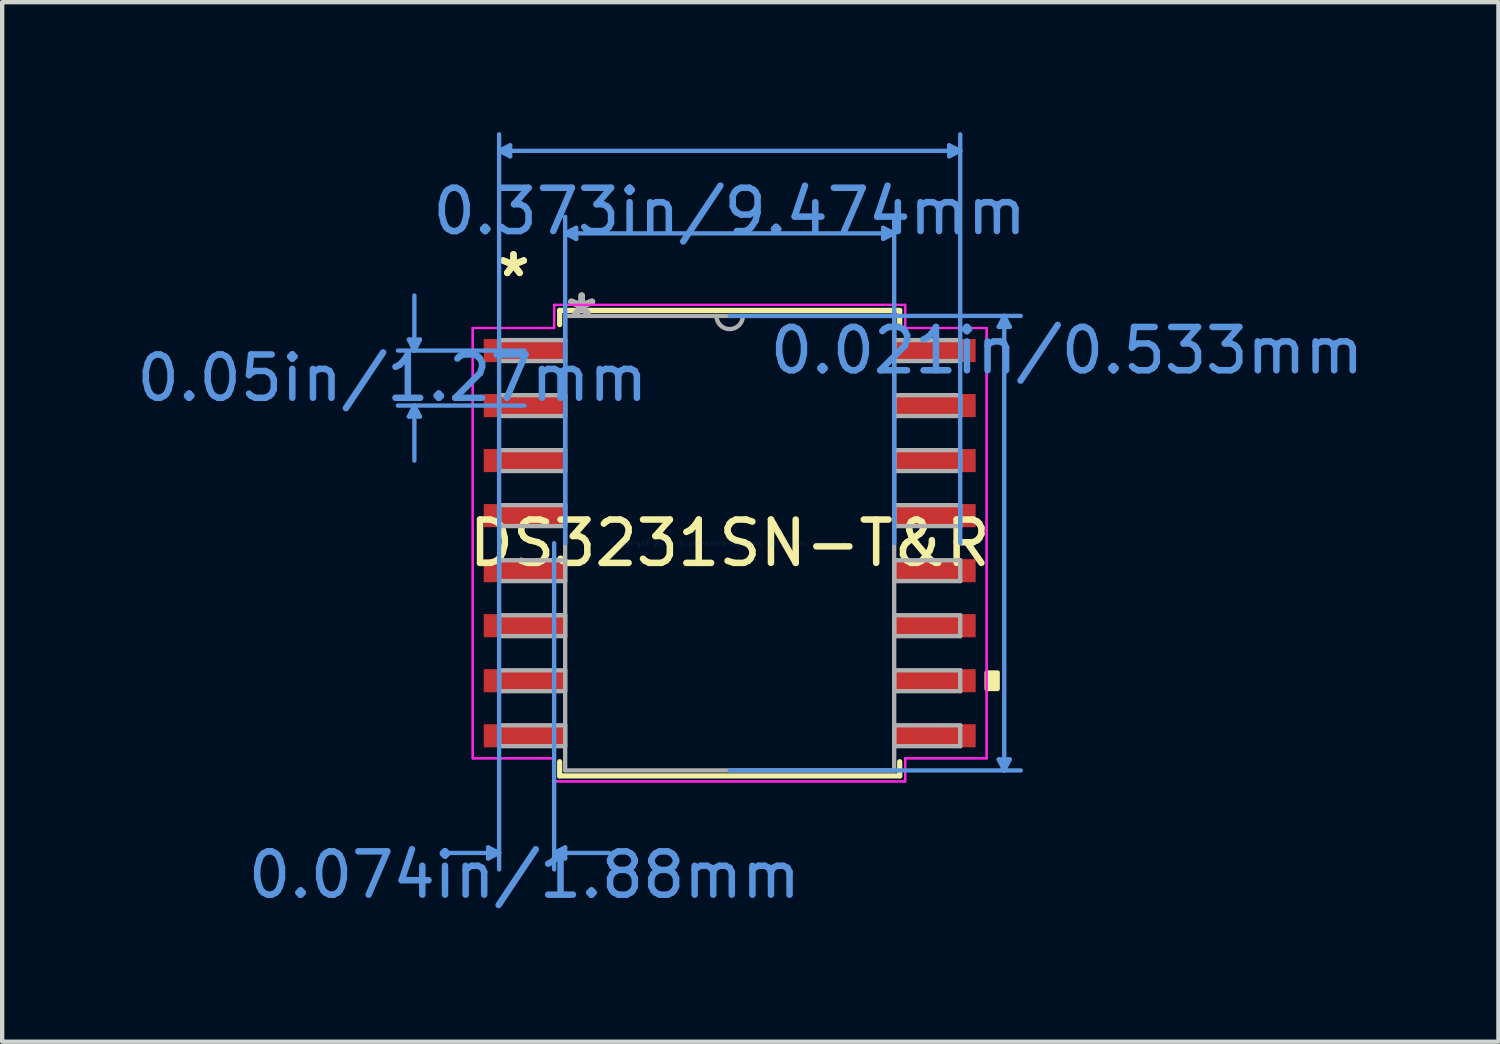
<source format=kicad_pcb>
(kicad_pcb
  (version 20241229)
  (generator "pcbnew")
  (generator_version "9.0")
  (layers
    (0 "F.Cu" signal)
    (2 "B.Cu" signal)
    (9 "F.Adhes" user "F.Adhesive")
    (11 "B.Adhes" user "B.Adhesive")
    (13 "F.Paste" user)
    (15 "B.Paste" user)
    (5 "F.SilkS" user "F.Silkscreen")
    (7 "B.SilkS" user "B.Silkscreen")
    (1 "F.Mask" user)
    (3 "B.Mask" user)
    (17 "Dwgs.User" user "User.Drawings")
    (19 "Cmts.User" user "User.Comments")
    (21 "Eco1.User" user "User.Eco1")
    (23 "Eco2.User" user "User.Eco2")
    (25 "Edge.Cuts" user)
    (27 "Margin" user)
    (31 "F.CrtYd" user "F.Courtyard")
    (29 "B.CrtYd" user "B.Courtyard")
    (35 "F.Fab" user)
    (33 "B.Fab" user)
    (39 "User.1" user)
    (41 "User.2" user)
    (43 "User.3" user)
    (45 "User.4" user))
  (footprint "DS3231SN-T&R"
    (layer "F.Cu")
    (at 13.791 9.486)
    (property "Reference" "DS3231SN-T&R" (at 0 0 0) (layer "F.SilkS") (effects (font (size 1 1) (thickness 0.15))))
    (attr through_hole)
    (fp_line (start -3.924 -5.372) (end -3.924 -5.044) (stroke (width 0.12) (type solid)) (layer "F.SilkS"))
    (fp_line (start -3.924 5.044) (end -3.924 5.372) (stroke (width 0.12) (type solid)) (layer "F.SilkS"))
    (fp_line (start -3.924 5.372) (end 3.924 5.372) (stroke (width 0.12) (type solid)) (layer "F.SilkS"))
    (fp_line (start 3.924 -5.372) (end -3.924 -5.372) (stroke (width 0.12) (type solid)) (layer "F.SilkS"))
    (fp_line (start 3.924 -5.044) (end 3.924 -5.372) (stroke (width 0.12) (type solid)) (layer "F.SilkS"))
    (fp_line (start 3.924 5.372) (end 3.924 5.044) (stroke (width 0.12) (type solid)) (layer "F.SilkS"))
    (fp_poly (pts (xy 6.185 2.985) (xy 6.185 3.365) (xy 5.931 3.365) (xy 5.931 2.985)) (stroke (width 0.1) (type solid)) (fill yes) (layer "F.SilkS"))
    (fp_line (start -7.404 -4.699) (end -7.15 -4.699) (stroke (width 0.1) (type solid)) (layer "Cmts.User"))
    (fp_line (start -7.404 -2.921) (end -7.15 -2.921) (stroke (width 0.1) (type solid)) (layer "Cmts.User"))
    (fp_line (start -7.277 -4.445) (end -7.404 -4.699) (stroke (width 0.1) (type solid)) (layer "Cmts.User"))
    (fp_line (start -7.277 -4.445) (end -7.277 -5.715) (stroke (width 0.1) (type solid)) (layer "Cmts.User"))
    (fp_line (start -7.277 -4.445) (end -7.15 -4.699) (stroke (width 0.1) (type solid)) (layer "Cmts.User"))
    (fp_line (start -7.277 -3.175) (end -7.404 -2.921) (stroke (width 0.1) (type solid)) (layer "Cmts.User"))
    (fp_line (start -7.277 -3.175) (end -7.277 -1.905) (stroke (width 0.1) (type solid)) (layer "Cmts.User"))
    (fp_line (start -7.277 -3.175) (end -7.15 -2.921) (stroke (width 0.1) (type solid)) (layer "Cmts.User"))
    (fp_line (start -5.575 7.023) (end -5.575 7.277) (stroke (width 0.1) (type solid)) (layer "Cmts.User"))
    (fp_line (start -5.321 -9.055) (end -5.067 -9.182) (stroke (width 0.1) (type solid)) (layer "Cmts.User"))
    (fp_line (start -5.321 -9.055) (end -5.067 -8.928) (stroke (width 0.1) (type solid)) (layer "Cmts.User"))
    (fp_line (start -5.321 -9.055) (end 5.321 -9.055) (stroke (width 0.1) (type solid)) (layer "Cmts.User"))
    (fp_line (start -5.321 0) (end -5.321 -9.436) (stroke (width 0.1) (type solid)) (layer "Cmts.User"))
    (fp_line (start -5.321 0) (end -5.321 7.531) (stroke (width 0.1) (type solid)) (layer "Cmts.User"))
    (fp_line (start -5.321 7.15) (end -6.591 7.15) (stroke (width 0.1) (type solid)) (layer "Cmts.User"))
    (fp_line (start -5.321 7.15) (end -5.575 7.023) (stroke (width 0.1) (type solid)) (layer "Cmts.User"))
    (fp_line (start -5.321 7.15) (end -5.575 7.277) (stroke (width 0.1) (type solid)) (layer "Cmts.User"))
    (fp_line (start -5.067 -9.182) (end -5.067 -8.928) (stroke (width 0.1) (type solid)) (layer "Cmts.User"))
    (fp_line (start -4.737 -4.445) (end -7.658 -4.445) (stroke (width 0.1) (type solid)) (layer "Cmts.User"))
    (fp_line (start -4.737 -3.175) (end -7.658 -3.175) (stroke (width 0.1) (type solid)) (layer "Cmts.User"))
    (fp_line (start -4.051 0) (end -4.051 7.531) (stroke (width 0.1) (type solid)) (layer "Cmts.User"))
    (fp_line (start -4.051 7.15) (end -3.797 7.023) (stroke (width 0.1) (type solid)) (layer "Cmts.User"))
    (fp_line (start -4.051 7.15) (end -3.797 7.277) (stroke (width 0.1) (type solid)) (layer "Cmts.User"))
    (fp_line (start -4.051 7.15) (end -2.781 7.15) (stroke (width 0.1) (type solid)) (layer "Cmts.User"))
    (fp_line (start -3.797 -7.15) (end -3.543 -7.277) (stroke (width 0.1) (type solid)) (layer "Cmts.User"))
    (fp_line (start -3.797 -7.15) (end -3.543 -7.023) (stroke (width 0.1) (type solid)) (layer "Cmts.User"))
    (fp_line (start -3.797 -7.15) (end 3.797 -7.15) (stroke (width 0.1) (type solid)) (layer "Cmts.User"))
    (fp_line (start -3.797 0) (end -3.797 -7.531) (stroke (width 0.1) (type solid)) (layer "Cmts.User"))
    (fp_line (start -3.797 7.023) (end -3.797 7.277) (stroke (width 0.1) (type solid)) (layer "Cmts.User"))
    (fp_line (start -3.543 -7.277) (end -3.543 -7.023) (stroke (width 0.1) (type solid)) (layer "Cmts.User"))
    (fp_line (start 0 -5.245) (end 6.718 -5.245) (stroke (width 0.1) (type solid)) (layer "Cmts.User"))
    (fp_line (start 0 5.245) (end 6.718 5.245) (stroke (width 0.1) (type solid)) (layer "Cmts.User"))
    (fp_line (start 3.543 -7.277) (end 3.543 -7.023) (stroke (width 0.1) (type solid)) (layer "Cmts.User"))
    (fp_line (start 3.797 -7.15) (end 3.543 -7.277) (stroke (width 0.1) (type solid)) (layer "Cmts.User"))
    (fp_line (start 3.797 -7.15) (end 3.543 -7.023) (stroke (width 0.1) (type solid)) (layer "Cmts.User"))
    (fp_line (start 3.797 0) (end 3.797 -7.531) (stroke (width 0.1) (type solid)) (layer "Cmts.User"))
    (fp_line (start 5.067 -9.182) (end 5.067 -8.928) (stroke (width 0.1) (type solid)) (layer "Cmts.User"))
    (fp_line (start 5.321 -9.055) (end 5.067 -9.182) (stroke (width 0.1) (type solid)) (layer "Cmts.User"))
    (fp_line (start 5.321 -9.055) (end 5.067 -8.928) (stroke (width 0.1) (type solid)) (layer "Cmts.User"))
    (fp_line (start 5.321 0) (end 5.321 -9.436) (stroke (width 0.1) (type solid)) (layer "Cmts.User"))
    (fp_line (start 6.21 -4.991) (end 6.464 -4.991) (stroke (width 0.1) (type solid)) (layer "Cmts.User"))
    (fp_line (start 6.21 4.991) (end 6.464 4.991) (stroke (width 0.1) (type solid)) (layer "Cmts.User"))
    (fp_line (start 6.337 -5.245) (end 6.21 -4.991) (stroke (width 0.1) (type solid)) (layer "Cmts.User"))
    (fp_line (start 6.337 -5.245) (end 6.337 5.245) (stroke (width 0.1) (type solid)) (layer "Cmts.User"))
    (fp_line (start 6.337 -5.245) (end 6.464 -4.991) (stroke (width 0.1) (type solid)) (layer "Cmts.User"))
    (fp_line (start 6.337 5.245) (end 6.21 4.991) (stroke (width 0.1) (type solid)) (layer "Cmts.User"))
    (fp_line (start 6.337 5.245) (end 6.464 4.991) (stroke (width 0.1) (type solid)) (layer "Cmts.User"))
    (fp_line (start -5.931 -4.966) (end -4.051 -4.966) (stroke (width 0.05) (type solid)) (layer "F.CrtYd"))
    (fp_line (start -5.931 -4.966) (end -4.051 -4.966) (stroke (width 0.05) (type solid)) (layer "F.CrtYd"))
    (fp_line (start -5.931 4.966) (end -5.931 -4.966) (stroke (width 0.05) (type solid)) (layer "F.CrtYd"))
    (fp_line (start -5.931 4.966) (end -5.931 -4.966) (stroke (width 0.05) (type solid)) (layer "F.CrtYd"))
    (fp_line (start -5.931 4.966) (end -4.051 4.966) (stroke (width 0.05) (type solid)) (layer "F.CrtYd"))
    (fp_line (start -4.051 -5.499) (end 4.051 -5.499) (stroke (width 0.05) (type solid)) (layer "F.CrtYd"))
    (fp_line (start -4.051 -5.499) (end 4.051 -5.499) (stroke (width 0.05) (type solid)) (layer "F.CrtYd"))
    (fp_line (start -4.051 -4.966) (end -4.051 -5.499) (stroke (width 0.05) (type solid)) (layer "F.CrtYd"))
    (fp_line (start -4.051 -4.966) (end -4.051 -5.499) (stroke (width 0.05) (type solid)) (layer "F.CrtYd"))
    (fp_line (start -4.051 4.966) (end -5.931 4.966) (stroke (width 0.05) (type solid)) (layer "F.CrtYd"))
    (fp_line (start -4.051 5.499) (end -4.051 4.966) (stroke (width 0.05) (type solid)) (layer "F.CrtYd"))
    (fp_line (start -4.051 5.499) (end -4.051 4.966) (stroke (width 0.05) (type solid)) (layer "F.CrtYd"))
    (fp_line (start 4.051 -5.499) (end 4.051 -4.966) (stroke (width 0.05) (type solid)) (layer "F.CrtYd"))
    (fp_line (start 4.051 -5.499) (end 4.051 -4.966) (stroke (width 0.05) (type solid)) (layer "F.CrtYd"))
    (fp_line (start 4.051 -4.966) (end 5.931 -4.966) (stroke (width 0.05) (type solid)) (layer "F.CrtYd"))
    (fp_line (start 4.051 4.966) (end 4.051 5.499) (stroke (width 0.05) (type solid)) (layer "F.CrtYd"))
    (fp_line (start 4.051 4.966) (end 4.051 5.499) (stroke (width 0.05) (type solid)) (layer "F.CrtYd"))
    (fp_line (start 4.051 5.499) (end -4.051 5.499) (stroke (width 0.05) (type solid)) (layer "F.CrtYd"))
    (fp_line (start 4.051 5.499) (end -4.051 5.499) (stroke (width 0.05) (type solid)) (layer "F.CrtYd"))
    (fp_line (start 5.931 -4.966) (end 4.051 -4.966) (stroke (width 0.05) (type solid)) (layer "F.CrtYd"))
    (fp_line (start 5.931 -4.966) (end 5.931 4.966) (stroke (width 0.05) (type solid)) (layer "F.CrtYd"))
    (fp_line (start 5.931 -4.966) (end 5.931 4.966) (stroke (width 0.05) (type solid)) (layer "F.CrtYd"))
    (fp_line (start 5.931 4.966) (end 4.051 4.966) (stroke (width 0.05) (type solid)) (layer "F.CrtYd"))
    (fp_line (start 5.931 4.966) (end 4.051 4.966) (stroke (width 0.05) (type solid)) (layer "F.CrtYd"))
    (fp_line (start -5.321 -4.686) (end -5.321 -4.204) (stroke (width 0.1) (type solid)) (layer "F.Fab"))
    (fp_line (start -5.321 -4.204) (end -3.797 -4.204) (stroke (width 0.1) (type solid)) (layer "F.Fab"))
    (fp_line (start -5.321 -3.416) (end -5.321 -2.934) (stroke (width 0.1) (type solid)) (layer "F.Fab"))
    (fp_line (start -5.321 -2.934) (end -3.797 -2.934) (stroke (width 0.1) (type solid)) (layer "F.Fab"))
    (fp_line (start -5.321 -2.146) (end -5.321 -1.664) (stroke (width 0.1) (type solid)) (layer "F.Fab"))
    (fp_line (start -5.321 -1.664) (end -3.797 -1.664) (stroke (width 0.1) (type solid)) (layer "F.Fab"))
    (fp_line (start -5.321 -0.876) (end -5.321 -0.394) (stroke (width 0.1) (type solid)) (layer "F.Fab"))
    (fp_line (start -5.321 -0.394) (end -3.797 -0.394) (stroke (width 0.1) (type solid)) (layer "F.Fab"))
    (fp_line (start -5.321 0.394) (end -5.321 0.876) (stroke (width 0.1) (type solid)) (layer "F.Fab"))
    (fp_line (start -5.321 0.876) (end -3.797 0.876) (stroke (width 0.1) (type solid)) (layer "F.Fab"))
    (fp_line (start -5.321 1.664) (end -5.321 2.146) (stroke (width 0.1) (type solid)) (layer "F.Fab"))
    (fp_line (start -5.321 2.146) (end -3.797 2.146) (stroke (width 0.1) (type solid)) (layer "F.Fab"))
    (fp_line (start -5.321 2.934) (end -5.321 3.416) (stroke (width 0.1) (type solid)) (layer "F.Fab"))
    (fp_line (start -5.321 3.416) (end -3.797 3.416) (stroke (width 0.1) (type solid)) (layer "F.Fab"))
    (fp_line (start -5.321 4.204) (end -5.321 4.686) (stroke (width 0.1) (type solid)) (layer "F.Fab"))
    (fp_line (start -5.321 4.686) (end -3.797 4.686) (stroke (width 0.1) (type solid)) (layer "F.Fab"))
    (fp_line (start -3.797 -5.245) (end -3.797 5.245) (stroke (width 0.1) (type solid)) (layer "F.Fab"))
    (fp_line (start -3.797 -4.686) (end -5.321 -4.686) (stroke (width 0.1) (type solid)) (layer "F.Fab"))
    (fp_line (start -3.797 -4.204) (end -3.797 -4.686) (stroke (width 0.1) (type solid)) (layer "F.Fab"))
    (fp_line (start -3.797 -3.416) (end -5.321 -3.416) (stroke (width 0.1) (type solid)) (layer "F.Fab"))
    (fp_line (start -3.797 -2.934) (end -3.797 -3.416) (stroke (width 0.1) (type solid)) (layer "F.Fab"))
    (fp_line (start -3.797 -2.146) (end -5.321 -2.146) (stroke (width 0.1) (type solid)) (layer "F.Fab"))
    (fp_line (start -3.797 -1.664) (end -3.797 -2.146) (stroke (width 0.1) (type solid)) (layer "F.Fab"))
    (fp_line (start -3.797 -0.876) (end -5.321 -0.876) (stroke (width 0.1) (type solid)) (layer "F.Fab"))
    (fp_line (start -3.797 -0.394) (end -3.797 -0.876) (stroke (width 0.1) (type solid)) (layer "F.Fab"))
    (fp_line (start -3.797 0.394) (end -5.321 0.394) (stroke (width 0.1) (type solid)) (layer "F.Fab"))
    (fp_line (start -3.797 0.876) (end -3.797 0.394) (stroke (width 0.1) (type solid)) (layer "F.Fab"))
    (fp_line (start -3.797 1.664) (end -5.321 1.664) (stroke (width 0.1) (type solid)) (layer "F.Fab"))
    (fp_line (start -3.797 2.146) (end -3.797 1.664) (stroke (width 0.1) (type solid)) (layer "F.Fab"))
    (fp_line (start -3.797 2.934) (end -5.321 2.934) (stroke (width 0.1) (type solid)) (layer "F.Fab"))
    (fp_line (start -3.797 3.416) (end -3.797 2.934) (stroke (width 0.1) (type solid)) (layer "F.Fab"))
    (fp_line (start -3.797 4.204) (end -5.321 4.204) (stroke (width 0.1) (type solid)) (layer "F.Fab"))
    (fp_line (start -3.797 4.686) (end -3.797 4.204) (stroke (width 0.1) (type solid)) (layer "F.Fab"))
    (fp_line (start -3.797 5.245) (end 3.797 5.245) (stroke (width 0.1) (type solid)) (layer "F.Fab"))
    (fp_line (start 3.797 -5.245) (end -3.797 -5.245) (stroke (width 0.1) (type solid)) (layer "F.Fab"))
    (fp_line (start 3.797 -4.686) (end 3.797 -4.204) (stroke (width 0.1) (type solid)) (layer "F.Fab"))
    (fp_line (start 3.797 -4.204) (end 5.321 -4.204) (stroke (width 0.1) (type solid)) (layer "F.Fab"))
    (fp_line (start 3.797 -3.416) (end 3.797 -2.934) (stroke (width 0.1) (type solid)) (layer "F.Fab"))
    (fp_line (start 3.797 -2.934) (end 5.321 -2.934) (stroke (width 0.1) (type solid)) (layer "F.Fab"))
    (fp_line (start 3.797 -2.146) (end 3.797 -1.664) (stroke (width 0.1) (type solid)) (layer "F.Fab"))
    (fp_line (start 3.797 -1.664) (end 5.321 -1.664) (stroke (width 0.1) (type solid)) (layer "F.Fab"))
    (fp_line (start 3.797 -0.876) (end 3.797 -0.394) (stroke (width 0.1) (type solid)) (layer "F.Fab"))
    (fp_line (start 3.797 -0.394) (end 5.321 -0.394) (stroke (width 0.1) (type solid)) (layer "F.Fab"))
    (fp_line (start 3.797 0.394) (end 3.797 0.876) (stroke (width 0.1) (type solid)) (layer "F.Fab"))
    (fp_line (start 3.797 0.876) (end 5.321 0.876) (stroke (width 0.1) (type solid)) (layer "F.Fab"))
    (fp_line (start 3.797 1.664) (end 3.797 2.146) (stroke (width 0.1) (type solid)) (layer "F.Fab"))
    (fp_line (start 3.797 2.146) (end 5.321 2.146) (stroke (width 0.1) (type solid)) (layer "F.Fab"))
    (fp_line (start 3.797 2.934) (end 3.797 3.416) (stroke (width 0.1) (type solid)) (layer "F.Fab"))
    (fp_line (start 3.797 3.416) (end 5.321 3.416) (stroke (width 0.1) (type solid)) (layer "F.Fab"))
    (fp_line (start 3.797 4.204) (end 3.797 4.686) (stroke (width 0.1) (type solid)) (layer "F.Fab"))
    (fp_line (start 3.797 4.686) (end 5.321 4.686) (stroke (width 0.1) (type solid)) (layer "F.Fab"))
    (fp_line (start 3.797 5.245) (end 3.797 -5.245) (stroke (width 0.1) (type solid)) (layer "F.Fab"))
    (fp_line (start 5.321 -4.686) (end 3.797 -4.686) (stroke (width 0.1) (type solid)) (layer "F.Fab"))
    (fp_line (start 5.321 -4.204) (end 5.321 -4.686) (stroke (width 0.1) (type solid)) (layer "F.Fab"))
    (fp_line (start 5.321 -3.416) (end 3.797 -3.416) (stroke (width 0.1) (type solid)) (layer "F.Fab"))
    (fp_line (start 5.321 -2.934) (end 5.321 -3.416) (stroke (width 0.1) (type solid)) (layer "F.Fab"))
    (fp_line (start 5.321 -2.146) (end 3.797 -2.146) (stroke (width 0.1) (type solid)) (layer "F.Fab"))
    (fp_line (start 5.321 -1.664) (end 5.321 -2.146) (stroke (width 0.1) (type solid)) (layer "F.Fab"))
    (fp_line (start 5.321 -0.876) (end 3.797 -0.876) (stroke (width 0.1) (type solid)) (layer "F.Fab"))
    (fp_line (start 5.321 -0.394) (end 5.321 -0.876) (stroke (width 0.1) (type solid)) (layer "F.Fab"))
    (fp_line (start 5.321 0.394) (end 3.797 0.394) (stroke (width 0.1) (type solid)) (layer "F.Fab"))
    (fp_line (start 5.321 0.876) (end 5.321 0.394) (stroke (width 0.1) (type solid)) (layer "F.Fab"))
    (fp_line (start 5.321 1.664) (end 3.797 1.664) (stroke (width 0.1) (type solid)) (layer "F.Fab"))
    (fp_line (start 5.321 2.146) (end 5.321 1.664) (stroke (width 0.1) (type solid)) (layer "F.Fab"))
    (fp_line (start 5.321 2.934) (end 3.797 2.934) (stroke (width 0.1) (type solid)) (layer "F.Fab"))
    (fp_line (start 5.321 3.416) (end 5.321 2.934) (stroke (width 0.1) (type solid)) (layer "F.Fab"))
    (fp_line (start 5.321 4.204) (end 3.797 4.204) (stroke (width 0.1) (type solid)) (layer "F.Fab"))
    (fp_line (start 5.321 4.686) (end 5.321 4.204) (stroke (width 0.1) (type solid)) (layer "F.Fab"))
    (fp_arc (start 0.3048 -5.2451) (mid 0 -4.9403) (end -0.3048 -5.2451) (stroke (width 0.1) (type solid)) (layer "F.Fab"))
    (fp_text user "*" (at -4.991 -6.121 0) (layer "F.SilkS") (effects (font (size 1 1) (thickness 0.15))))
    (fp_text user "*" (at -4.991 -6.121 0) (layer "F.SilkS") (effects (font (size 1 1) (thickness 0.15))))
    (fp_text user "0.05in/1.27mm" (at -7.785 -3.81 0) (layer "Cmts.User") (effects (font (size 1 1) (thickness 0.15))))
    (fp_text user "0.074in/1.88mm" (at -4.737 7.658 0) (layer "Cmts.User") (effects (font (size 1 1) (thickness 0.15))))
    (fp_text user "Copyright 2021 Accelerated Designs. All rights reserved." (at 0 0 0) (layer "Cmts.User") (effects (font (size 0.127 0.127) (thickness 0.002))))
    (fp_text user "0.373in/9.474mm" (at 0 -7.658 0) (layer "Cmts.User") (effects (font (size 1 1) (thickness 0.15))))
    (fp_text user "0.021in/0.533mm" (at 7.785 -4.445 0) (layer "Cmts.User") (effects (font (size 1 1) (thickness 0.15))))
    (fp_text user "*" (at -3.416 -5.169 0) (layer "F.Fab") (effects (font (size 1 1) (thickness 0.15))))
    (fp_text user "*" (at -3.416 -5.169 0) (layer "F.Fab") (effects (font (size 1 1) (thickness 0.15))))
    (pad "1" smd rect (at -4.737 -4.445) (size 1.88 0.533) (layers "F.Cu" "F.Mask" "F.Paste"))
    (pad "2" smd rect (at -4.737 -3.175) (size 1.88 0.533) (layers "F.Cu" "F.Mask" "F.Paste"))
    (pad "3" smd rect (at -4.737 -1.905) (size 1.88 0.533) (layers "F.Cu" "F.Mask" "F.Paste"))
    (pad "4" smd rect (at -4.737 -0.635) (size 1.88 0.533) (layers "F.Cu" "F.Mask" "F.Paste"))
    (pad "5" smd rect (at -4.737 0.635) (size 1.88 0.533) (layers "F.Cu" "F.Mask" "F.Paste"))
    (pad "6" smd rect (at -4.737 1.905) (size 1.88 0.533) (layers "F.Cu" "F.Mask" "F.Paste"))
    (pad "7" smd rect (at -4.737 3.175) (size 1.88 0.533) (layers "F.Cu" "F.Mask" "F.Paste"))
    (pad "8" smd rect (at -4.737 4.445) (size 1.88 0.533) (layers "F.Cu" "F.Mask" "F.Paste"))
    (pad "9" smd rect (at 4.737 4.445) (size 1.88 0.533) (layers "F.Cu" "F.Mask" "F.Paste"))
    (pad "10" smd rect (at 4.737 3.175) (size 1.88 0.533) (layers "F.Cu" "F.Mask" "F.Paste"))
    (pad "11" smd rect (at 4.737 1.905) (size 1.88 0.533) (layers "F.Cu" "F.Mask" "F.Paste"))
    (pad "12" smd rect (at 4.737 0.635) (size 1.88 0.533) (layers "F.Cu" "F.Mask" "F.Paste"))
    (pad "13" smd rect (at 4.737 -0.635) (size 1.88 0.533) (layers "F.Cu" "F.Mask" "F.Paste"))
    (pad "14" smd rect (at 4.737 -1.905) (size 1.88 0.533) (layers "F.Cu" "F.Mask" "F.Paste"))
    (pad "15" smd rect (at 4.737 -3.175) (size 1.88 0.533) (layers "F.Cu" "F.Mask" "F.Paste"))
    (pad "16" smd rect (at 4.737 -4.445) (size 1.88 0.533) (layers "F.Cu" "F.Mask" "F.Paste")))
  (gr_rect
    (start -3 -3)
    (end 31.534 20.992)
    (stroke (width 0.1) (type default))
    (fill no)
    (layer "Edge.Cuts")))
</source>
